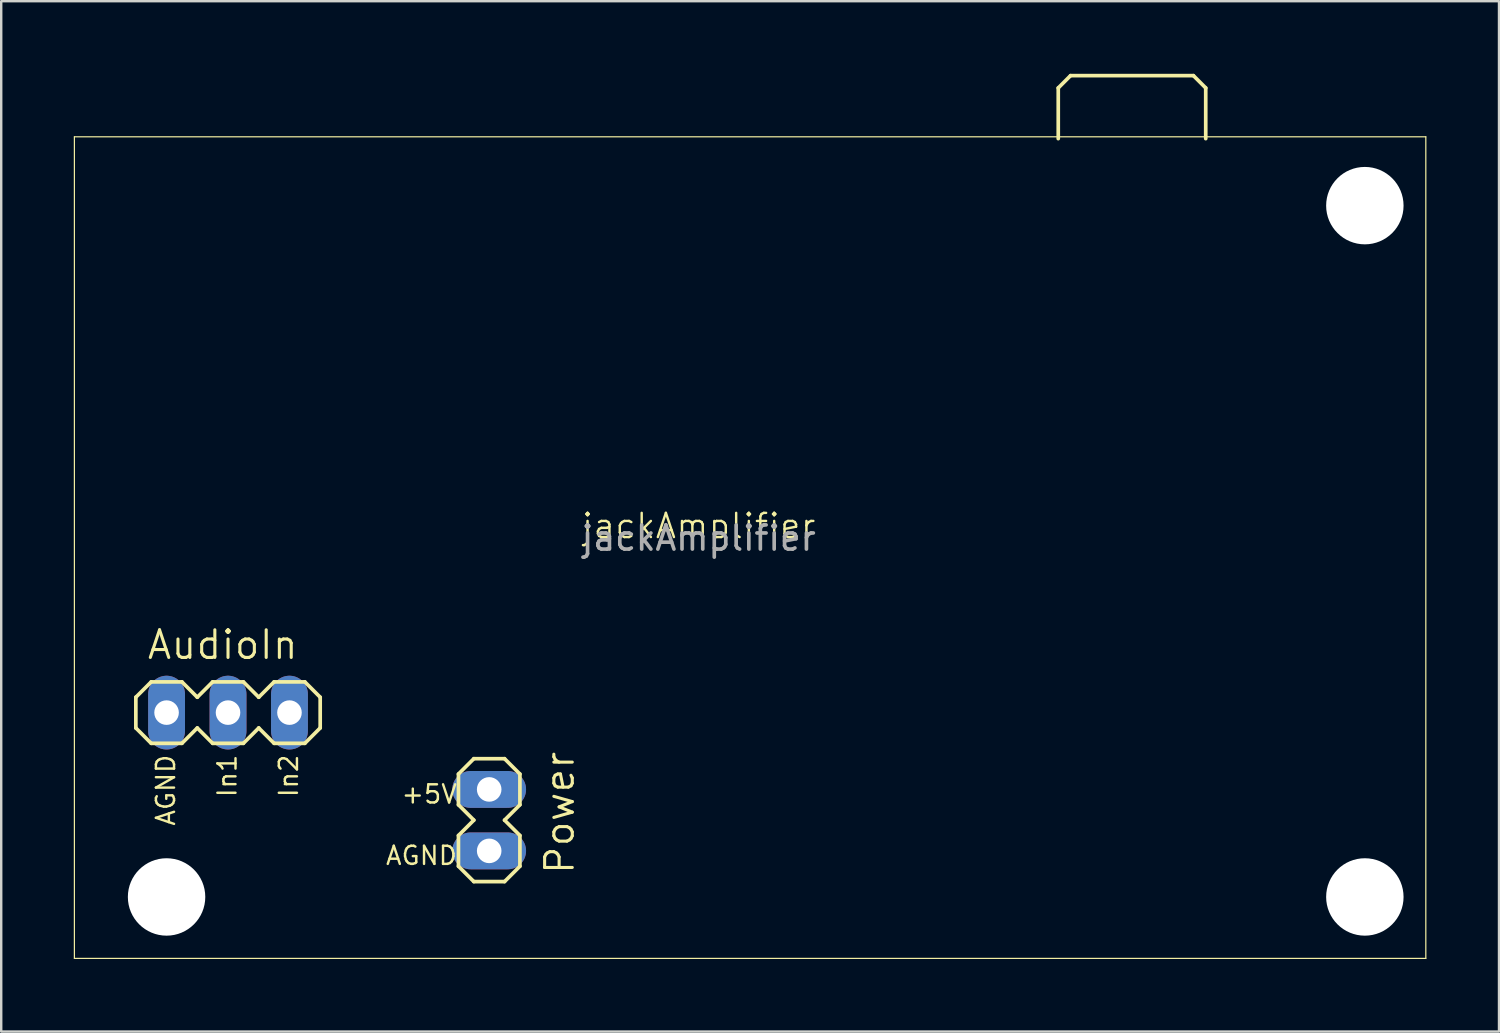
<source format=kicad_pcb>
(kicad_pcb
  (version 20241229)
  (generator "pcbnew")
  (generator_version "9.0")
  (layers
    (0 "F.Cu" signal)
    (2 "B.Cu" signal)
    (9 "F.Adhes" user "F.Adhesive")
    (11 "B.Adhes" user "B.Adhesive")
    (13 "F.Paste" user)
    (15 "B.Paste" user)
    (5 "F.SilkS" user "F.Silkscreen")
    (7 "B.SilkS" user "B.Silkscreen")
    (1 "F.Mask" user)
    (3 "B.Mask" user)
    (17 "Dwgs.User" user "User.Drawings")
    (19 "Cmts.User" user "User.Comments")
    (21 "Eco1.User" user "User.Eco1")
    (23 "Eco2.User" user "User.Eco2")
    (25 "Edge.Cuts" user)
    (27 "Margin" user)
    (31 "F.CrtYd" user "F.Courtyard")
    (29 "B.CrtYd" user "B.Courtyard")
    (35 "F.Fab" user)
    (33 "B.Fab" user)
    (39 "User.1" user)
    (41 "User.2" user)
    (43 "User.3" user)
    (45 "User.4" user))
  (footprint "jackAmplifier"
    (layer "F.Cu")
    (at 25.831 19.191)
    (property "Reference" "jackAmplifier" (at 0 -0.5 0) (unlocked yes) (layer "F.SilkS") (effects (font (size 1 1) (thickness 0.1))))
    (attr through_hole)
    (fp_line (start -25.806 -16.586) (end -25.806 17.374) (stroke (width 0.05) (type solid)) (layer "F.SilkS"))
    (fp_line (start -25.806 17.374) (end 30.054 17.374) (stroke (width 0.05) (type solid)) (layer "F.SilkS"))
    (fp_line (start -23.266 6.579) (end -23.266 7.849) (stroke (width 0.152) (type solid)) (layer "F.SilkS"))
    (fp_line (start -23.266 7.849) (end -22.631 8.484) (stroke (width 0.152) (type solid)) (layer "F.SilkS"))
    (fp_line (start -22.631 5.944) (end -23.266 6.579) (stroke (width 0.152) (type solid)) (layer "F.SilkS"))
    (fp_line (start -22.631 5.944) (end -21.361 5.944) (stroke (width 0.152) (type solid)) (layer "F.SilkS"))
    (fp_line (start -21.361 5.944) (end -20.726 6.579) (stroke (width 0.152) (type solid)) (layer "F.SilkS"))
    (fp_line (start -21.361 8.484) (end -22.631 8.484) (stroke (width 0.152) (type solid)) (layer "F.SilkS"))
    (fp_line (start -20.726 6.579) (end -20.091 5.944) (stroke (width 0.152) (type solid)) (layer "F.SilkS"))
    (fp_line (start -20.726 7.849) (end -21.361 8.484) (stroke (width 0.152) (type solid)) (layer "F.SilkS"))
    (fp_line (start -20.091 5.944) (end -18.821 5.944) (stroke (width 0.152) (type solid)) (layer "F.SilkS"))
    (fp_line (start -20.091 8.484) (end -20.726 7.849) (stroke (width 0.152) (type solid)) (layer "F.SilkS"))
    (fp_line (start -18.821 5.944) (end -18.186 6.579) (stroke (width 0.152) (type solid)) (layer "F.SilkS"))
    (fp_line (start -18.821 8.484) (end -20.091 8.484) (stroke (width 0.152) (type solid)) (layer "F.SilkS"))
    (fp_line (start -18.186 6.579) (end -17.551 5.944) (stroke (width 0.152) (type solid)) (layer "F.SilkS"))
    (fp_line (start -18.186 7.849) (end -18.821 8.484) (stroke (width 0.152) (type solid)) (layer "F.SilkS"))
    (fp_line (start -17.551 5.944) (end -16.281 5.944) (stroke (width 0.152) (type solid)) (layer "F.SilkS"))
    (fp_line (start -17.551 8.484) (end -18.186 7.849) (stroke (width 0.152) (type solid)) (layer "F.SilkS"))
    (fp_line (start -16.281 5.944) (end -15.646 6.579) (stroke (width 0.152) (type solid)) (layer "F.SilkS"))
    (fp_line (start -16.281 8.484) (end -17.551 8.484) (stroke (width 0.152) (type solid)) (layer "F.SilkS"))
    (fp_line (start -15.646 6.579) (end -15.646 7.849) (stroke (width 0.152) (type solid)) (layer "F.SilkS"))
    (fp_line (start -15.646 7.849) (end -16.281 8.484) (stroke (width 0.152) (type solid)) (layer "F.SilkS"))
    (fp_line (start -9.931 9.754) (end -9.296 9.119) (stroke (width 0.152) (type solid)) (layer "F.SilkS"))
    (fp_line (start -9.931 11.024) (end -9.931 9.754) (stroke (width 0.152) (type solid)) (layer "F.SilkS"))
    (fp_line (start -9.931 12.294) (end -9.296 11.659) (stroke (width 0.152) (type solid)) (layer "F.SilkS"))
    (fp_line (start -9.931 13.564) (end -9.931 12.294) (stroke (width 0.152) (type solid)) (layer "F.SilkS"))
    (fp_line (start -9.931 13.564) (end -9.296 14.199) (stroke (width 0.152) (type solid)) (layer "F.SilkS"))
    (fp_line (start -9.296 9.119) (end -8.026 9.119) (stroke (width 0.152) (type solid)) (layer "F.SilkS"))
    (fp_line (start -9.296 11.659) (end -9.931 11.024) (stroke (width 0.152) (type solid)) (layer "F.SilkS"))
    (fp_line (start -9.296 14.199) (end -8.026 14.199) (stroke (width 0.152) (type solid)) (layer "F.SilkS"))
    (fp_line (start -8.026 9.119) (end -7.391 9.754) (stroke (width 0.152) (type solid)) (layer "F.SilkS"))
    (fp_line (start -8.026 11.659) (end -7.391 12.294) (stroke (width 0.152) (type solid)) (layer "F.SilkS"))
    (fp_line (start -8.026 14.199) (end -7.391 13.564) (stroke (width 0.152) (type solid)) (layer "F.SilkS"))
    (fp_line (start -7.391 9.754) (end -7.391 11.024) (stroke (width 0.152) (type solid)) (layer "F.SilkS"))
    (fp_line (start -7.391 11.024) (end -8.026 11.659) (stroke (width 0.152) (type solid)) (layer "F.SilkS"))
    (fp_line (start -7.391 12.294) (end -7.391 13.564) (stroke (width 0.152) (type solid)) (layer "F.SilkS"))
    (fp_line (start 14.861 -18.606) (end 14.861 -16.51) (stroke (width 0.152) (type solid)) (layer "F.SilkS"))
    (fp_line (start 14.861 -18.606) (end 15.369 -19.114) (stroke (width 0.152) (type solid)) (layer "F.SilkS"))
    (fp_line (start 15.369 -19.114) (end 20.449 -19.114) (stroke (width 0.152) (type solid)) (layer "F.SilkS"))
    (fp_line (start 20.957 -18.606) (end 20.449 -19.114) (stroke (width 0.152) (type solid)) (layer "F.SilkS"))
    (fp_line (start 20.957 -16.51) (end 20.957 -18.606) (stroke (width 0.152) (type solid)) (layer "F.SilkS"))
    (fp_line (start 30.054 -16.586) (end -25.806 -16.586) (stroke (width 0.05) (type solid)) (layer "F.SilkS"))
    (fp_line (start 30.054 17.374) (end 30.054 -16.586) (stroke (width 0.05) (type solid)) (layer "F.SilkS"))
    (fp_text user "In1" (at -19.05 8.89 90) (unlocked yes) (layer "F.SilkS") (effects (font (size 0.75 0.75) (thickness 0.1)) (justify right bottom)))
    (fp_text user "AudioIn" (at -22.86 5.08 0) (layer "F.SilkS") (effects (font (size 1.143 1.143) (thickness 0.127)) (justify left bottom)))
    (fp_text user "AGND" (at -21.59 8.89 90) (unlocked yes) (layer "F.SilkS") (effects (font (size 0.75 0.75) (thickness 0.1)) (justify right bottom)))
    (fp_text user "In2" (at -16.51 8.89 90) (unlocked yes) (layer "F.SilkS") (effects (font (size 0.75 0.75) (thickness 0.1)) (justify right bottom)))
    (fp_text user "+5V" (at -9.931 11.024 0) (unlocked yes) (layer "F.SilkS") (effects (font (size 0.75 0.75) (thickness 0.1)) (justify right bottom)))
    (fp_text user "Power" (at -5.08 13.97 270) (layer "F.SilkS") (effects (font (size 1.143 1.143) (thickness 0.127)) (justify left bottom)))
    (fp_text user "AGND" (at -9.931 13.564 0) (unlocked yes) (layer "F.SilkS") (effects (font (size 0.75 0.75) (thickness 0.1)) (justify right bottom)))
    (fp_text user "${REFERENCE}" (at 0 0 0) (unlocked yes) (layer "F.Fab") (effects (font (size 1 1) (thickness 0.15))))
    (pad "" np_thru_hole circle (at -21.996 14.834) (size 3.2 3.2) (drill 3.2) (layers "*.Cu" "*.Mask"))
    (pad "" np_thru_hole circle (at 27.534 -13.741) (size 3.2 3.2) (drill 3.2) (layers "*.Cu" "*.Mask"))
    (pad "" np_thru_hole circle (at 27.534 14.834) (size 3.2 3.2) (drill 3.2) (layers "*.Cu" "*.Mask"))
    (pad "1" thru_hole oval (at -8.661 12.929 180) (size 3.048 1.524) (drill 1.016) (layers "*.Cu" "*.Mask"))
    (pad "2" thru_hole oval (at -8.661 10.389 180) (size 3.048 1.524) (drill 1.016) (layers "*.Cu" "*.Mask"))
    (pad "A1" thru_hole oval (at -21.996 7.214 90) (size 3.048 1.524) (drill 1.016) (layers "*.Cu" "*.Mask"))
    (pad "A2" thru_hole oval (at -19.456 7.214 90) (size 3.048 1.524) (drill 1.016) (layers "*.Cu" "*.Mask"))
    (pad "A3" thru_hole oval (at -16.916 7.214 90) (size 3.048 1.524) (drill 1.016) (layers "*.Cu" "*.Mask")))
  (gr_rect
    (start -3 -3)
    (end 58.91 39.589)
    (stroke (width 0.1) (type default))
    (fill no)
    (layer "Edge.Cuts")))
</source>
